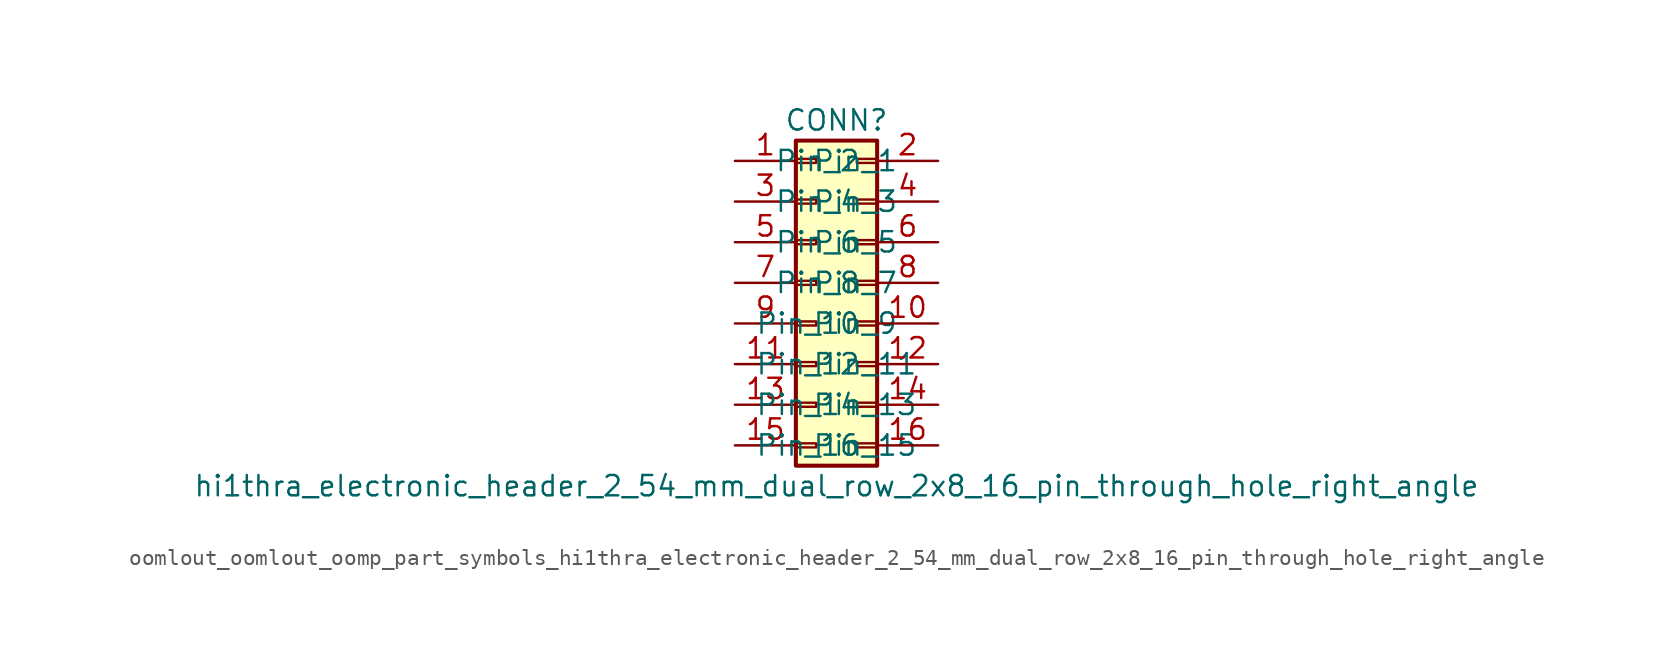
<source format=kicad_sym>
(kicad_symbol_lib
  (version 20220914)
  (generator kicad_symbol_editor)
  (symbol "oomlout_oomlout_oomp_part_symbols_hi1thra_electronic_header_2_54_mm_dual_row_2x8_16_pin_through_hole_right_angle"
    (pin_names
      (offset 1.016))
    (property "Reference" "CONN"
      (at 1.27 10.16 0)
      (effects (font (size 1.27 1.27))))
    (property "Value" "hi1thra_electronic_header_2_54_mm_dual_row_2x8_16_pin_through_hole_right_angle"
      (at 1.27 -12.7 0)
      (effects (font (size 1.27 1.27))))
    (symbol "oomlout_oomlout_oomp_part_symbols_hi1thra_electronic_header_2_54_mm_dual_row_2x8_16_pin_through_hole_right_angle_1_1"
      (rectangle (start -1.27 -10.033) (end 0 -10.287) (stroke (width 0.152) (type default)) (fill (type none)))
      (rectangle (start -1.27 -7.493) (end 0 -7.747) (stroke (width 0.152) (type default)) (fill (type none)))
      (rectangle (start -1.27 -4.953) (end 0 -5.207) (stroke (width 0.152) (type default)) (fill (type none)))
      (rectangle (start -1.27 -2.413) (end 0 -2.667) (stroke (width 0.152) (type default)) (fill (type none)))
      (rectangle (start -1.27 0.127) (end 0 -0.127) (stroke (width 0.152) (type default)) (fill (type none)))
      (rectangle (start -1.27 2.667) (end 0 2.413) (stroke (width 0.152) (type default)) (fill (type none)))
      (rectangle (start -1.27 5.207) (end 0 4.953) (stroke (width 0.152) (type default)) (fill (type none)))
      (rectangle (start -1.27 7.747) (end 0 7.493) (stroke (width 0.152) (type default)) (fill (type none)))
      (rectangle (start -1.27 8.89) (end 3.81 -11.43) (stroke (width 0.254) (type default)) (fill (type background)))
      (rectangle (start 3.81 -10.033) (end 2.54 -10.287) (stroke (width 0.152) (type default)) (fill (type none)))
      (rectangle (start 3.81 -7.493) (end 2.54 -7.747) (stroke (width 0.152) (type default)) (fill (type none)))
      (rectangle (start 3.81 -4.953) (end 2.54 -5.207) (stroke (width 0.152) (type default)) (fill (type none)))
      (rectangle (start 3.81 -2.413) (end 2.54 -2.667) (stroke (width 0.152) (type default)) (fill (type none)))
      (rectangle (start 3.81 0.127) (end 2.54 -0.127) (stroke (width 0.152) (type default)) (fill (type none)))
      (rectangle (start 3.81 2.667) (end 2.54 2.413) (stroke (width 0.152) (type default)) (fill (type none)))
      (rectangle (start 3.81 5.207) (end 2.54 4.953) (stroke (width 0.152) (type default)) (fill (type none)))
      (rectangle (start 3.81 7.747) (end 2.54 7.493) (stroke (width 0.152) (type default)) (fill (type none)))
      (pin passive line (at -5.08 7.62 0) (length 3.81) (name "Pin_1" (effects (font (size 1.27 1.27)))) (number "1" (effects (font (size 1.27 1.27)))))
      (pin passive line (at 7.62 -2.54 180) (length 3.81) (name "Pin_10" (effects (font (size 1.27 1.27)))) (number "10" (effects (font (size 1.27 1.27)))))
      (pin passive line (at -5.08 -5.08 0) (length 3.81) (name "Pin_11" (effects (font (size 1.27 1.27)))) (number "11" (effects (font (size 1.27 1.27)))))
      (pin passive line (at 7.62 -5.08 180) (length 3.81) (name "Pin_12" (effects (font (size 1.27 1.27)))) (number "12" (effects (font (size 1.27 1.27)))))
      (pin passive line (at -5.08 -7.62 0) (length 3.81) (name "Pin_13" (effects (font (size 1.27 1.27)))) (number "13" (effects (font (size 1.27 1.27)))))
      (pin passive line (at 7.62 -7.62 180) (length 3.81) (name "Pin_14" (effects (font (size 1.27 1.27)))) (number "14" (effects (font (size 1.27 1.27)))))
      (pin passive line (at -5.08 -10.16 0) (length 3.81) (name "Pin_15" (effects (font (size 1.27 1.27)))) (number "15" (effects (font (size 1.27 1.27)))))
      (pin passive line (at 7.62 -10.16 180) (length 3.81) (name "Pin_16" (effects (font (size 1.27 1.27)))) (number "16" (effects (font (size 1.27 1.27)))))
      (pin passive line (at 7.62 7.62 180) (length 3.81) (name "Pin_2" (effects (font (size 1.27 1.27)))) (number "2" (effects (font (size 1.27 1.27)))))
      (pin passive line (at -5.08 5.08 0) (length 3.81) (name "Pin_3" (effects (font (size 1.27 1.27)))) (number "3" (effects (font (size 1.27 1.27)))))
      (pin passive line (at 7.62 5.08 180) (length 3.81) (name "Pin_4" (effects (font (size 1.27 1.27)))) (number "4" (effects (font (size 1.27 1.27)))))
      (pin passive line (at -5.08 2.54 0) (length 3.81) (name "Pin_5" (effects (font (size 1.27 1.27)))) (number "5" (effects (font (size 1.27 1.27)))))
      (pin passive line (at 7.62 2.54 180) (length 3.81) (name "Pin_6" (effects (font (size 1.27 1.27)))) (number "6" (effects (font (size 1.27 1.27)))))
      (pin passive line (at -5.08 0 0) (length 3.81) (name "Pin_7" (effects (font (size 1.27 1.27)))) (number "7" (effects (font (size 1.27 1.27)))))
      (pin passive line (at 7.62 0 180) (length 3.81) (name "Pin_8" (effects (font (size 1.27 1.27)))) (number "8" (effects (font (size 1.27 1.27)))))
      (pin passive line (at -5.08 -2.54 0) (length 3.81) (name "Pin_9" (effects (font (size 1.27 1.27)))) (number "9" (effects (font (size 1.27 1.27))))))))
</source>
